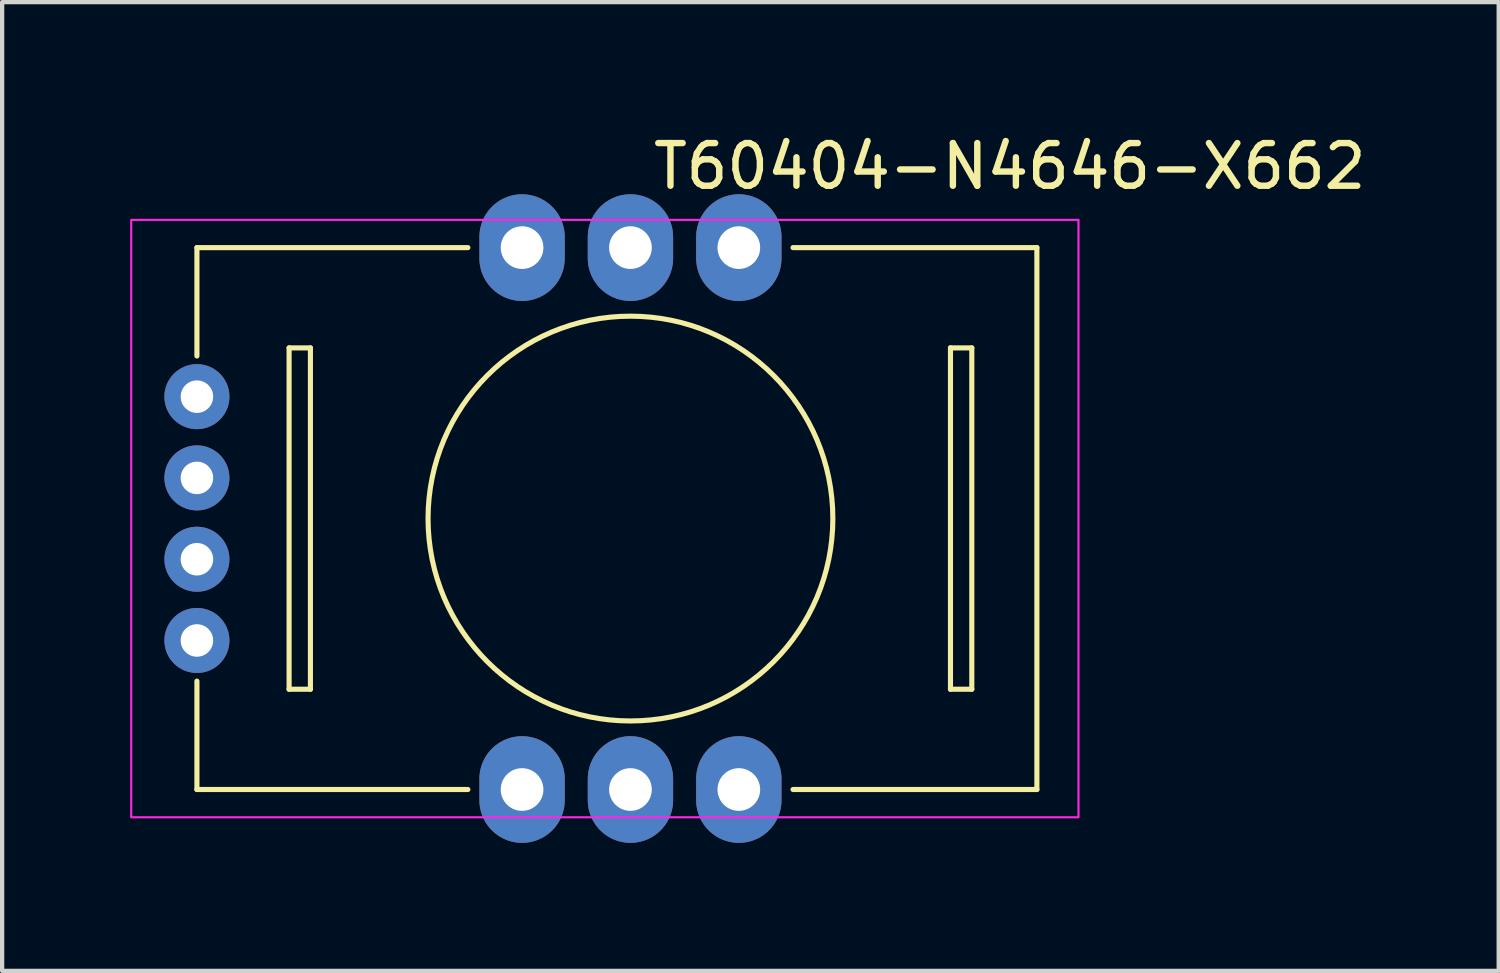
<source format=kicad_pcb>
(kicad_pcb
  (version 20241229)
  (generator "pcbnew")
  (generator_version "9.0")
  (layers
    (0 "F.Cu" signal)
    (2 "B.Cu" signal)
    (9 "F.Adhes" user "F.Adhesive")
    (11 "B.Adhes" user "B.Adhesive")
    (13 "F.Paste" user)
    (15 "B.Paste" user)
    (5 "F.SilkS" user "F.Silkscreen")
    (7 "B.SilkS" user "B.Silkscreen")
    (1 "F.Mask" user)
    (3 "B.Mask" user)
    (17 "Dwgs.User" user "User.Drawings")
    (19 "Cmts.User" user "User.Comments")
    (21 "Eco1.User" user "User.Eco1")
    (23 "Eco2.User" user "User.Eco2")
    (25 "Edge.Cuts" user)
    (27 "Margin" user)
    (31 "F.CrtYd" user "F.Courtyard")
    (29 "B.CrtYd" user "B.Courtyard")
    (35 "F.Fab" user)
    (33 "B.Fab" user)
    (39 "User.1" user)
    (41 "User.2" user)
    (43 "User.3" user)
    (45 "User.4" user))
  (footprint "T60404-N4646-X662"
    (layer "F.Cu")
    (at 11.725 9.103)
    (property "Reference" "T60404-N4646-X662" (at 8.89 -8.255 0) (unlocked yes) (layer "F.SilkS") (effects (font (size 1 1) (thickness 0.15))))
    (attr through_hole)
    (fp_line (start -10.16 -6.35) (end -10.16 -3.81) (stroke (width 0.12) (type solid)) (layer "F.SilkS"))
    (fp_line (start -10.16 6.35) (end -10.16 3.81) (stroke (width 0.12) (type solid)) (layer "F.SilkS"))
    (fp_line (start -8 -4) (end -8 4) (stroke (width 0.12) (type solid)) (layer "F.SilkS"))
    (fp_line (start -8 4) (end -7.5 4) (stroke (width 0.12) (type solid)) (layer "F.SilkS"))
    (fp_line (start -7.5 -4) (end -8 -4) (stroke (width 0.12) (type solid)) (layer "F.SilkS"))
    (fp_line (start -7.5 4) (end -7.5 -4) (stroke (width 0.12) (type solid)) (layer "F.SilkS"))
    (fp_line (start -3.81 -6.35) (end -10.16 -6.35) (stroke (width 0.12) (type solid)) (layer "F.SilkS"))
    (fp_line (start -3.81 6.35) (end -10.16 6.35) (stroke (width 0.12) (type solid)) (layer "F.SilkS"))
    (fp_line (start 3.81 -6.35) (end 9.525 -6.35) (stroke (width 0.12) (type solid)) (layer "F.SilkS"))
    (fp_line (start 7.5 -4) (end 8 -4) (stroke (width 0.12) (type solid)) (layer "F.SilkS"))
    (fp_line (start 7.5 4) (end 7.5 -4) (stroke (width 0.12) (type solid)) (layer "F.SilkS"))
    (fp_line (start 8 -4) (end 8 4) (stroke (width 0.12) (type solid)) (layer "F.SilkS"))
    (fp_line (start 8 4) (end 7.5 4) (stroke (width 0.12) (type solid)) (layer "F.SilkS"))
    (fp_line (start 9.525 -6.35) (end 9.525 6.35) (stroke (width 0.12) (type solid)) (layer "F.SilkS"))
    (fp_line (start 9.525 6.35) (end 3.81 6.35) (stroke (width 0.12) (type solid)) (layer "F.SilkS"))
    (fp_circle (center 0 0) (end 4.5 1.5) (stroke (width 0.12) (type solid)) (fill no) (layer "F.SilkS"))
    (fp_rect (start -11.7 7) (end 10.5 -7) (stroke (width 0.05) (type solid)) (fill no) (layer "F.CrtYd"))
    (pad "1" thru_hole oval (at -2.54 6.35) (size 2 2.5) (drill 1) (layers "*.Cu" "*.Mask"))
    (pad "2" thru_hole oval (at 0 6.35) (size 2 2.5) (drill 1) (layers "*.Cu" "*.Mask"))
    (pad "3" thru_hole oval (at 2.54 6.35) (size 2 2.5) (drill 1) (layers "*.Cu" "*.Mask"))
    (pad "4" thru_hole oval (at 2.54 -6.35) (size 2 2.5) (drill 1) (layers "*.Cu" "*.Mask"))
    (pad "5" thru_hole oval (at 0 -6.35) (size 2 2.5) (drill 1) (layers "*.Cu" "*.Mask"))
    (pad "6" thru_hole oval (at -2.54 -6.35) (size 2 2.5) (drill 1) (layers "*.Cu" "*.Mask"))
    (pad "7" thru_hole circle (at -10.16 -2.857) (size 1.524 1.524) (drill 0.762) (layers "*.Cu" "*.Mask"))
    (pad "8" thru_hole circle (at -10.16 -0.953) (size 1.524 1.524) (drill 0.762) (layers "*.Cu" "*.Mask"))
    (pad "9" thru_hole circle (at -10.16 0.953) (size 1.524 1.524) (drill 0.762) (layers "*.Cu" "*.Mask"))
    (pad "10" thru_hole circle (at -10.16 2.857) (size 1.524 1.524) (drill 0.762) (layers "*.Cu" "*.Mask")))
  (gr_rect
    (start -3 -3)
    (end 32.073 19.703)
    (stroke (width 0.1) (type default))
    (fill no)
    (layer "Edge.Cuts")))
</source>
